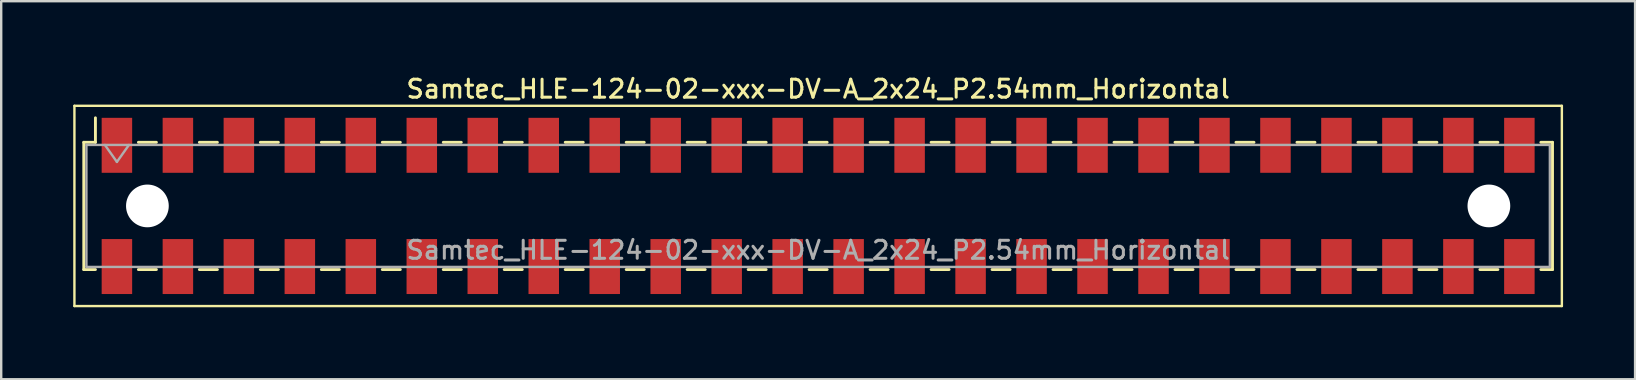
<source format=kicad_pcb>
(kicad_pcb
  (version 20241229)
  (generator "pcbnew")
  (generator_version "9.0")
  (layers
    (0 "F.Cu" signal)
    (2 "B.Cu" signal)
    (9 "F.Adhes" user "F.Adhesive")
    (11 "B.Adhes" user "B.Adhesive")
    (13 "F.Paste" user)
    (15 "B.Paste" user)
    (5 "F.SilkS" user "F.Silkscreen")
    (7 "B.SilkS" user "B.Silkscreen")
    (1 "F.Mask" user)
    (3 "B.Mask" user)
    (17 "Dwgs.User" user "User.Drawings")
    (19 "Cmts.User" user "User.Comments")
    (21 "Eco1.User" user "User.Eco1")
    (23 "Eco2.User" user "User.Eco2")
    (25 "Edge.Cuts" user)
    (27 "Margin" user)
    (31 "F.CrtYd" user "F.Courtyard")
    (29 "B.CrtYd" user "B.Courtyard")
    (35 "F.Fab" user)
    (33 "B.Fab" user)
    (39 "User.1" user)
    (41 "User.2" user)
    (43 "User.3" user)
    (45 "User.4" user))
  (footprint "Samtec_HLE-124-02-xxx-DV-A_2x24_P2.54mm_Horizontal"
    (layer "F.Cu")
    (at 31.03 5.528)
    (property "Reference" "Samtec_HLE-124-02-xxx-DV-A_2x24_P2.54mm_Horizontal" (at 0 -4.87 0) (layer "F.SilkS") (effects (font (size 0.75 0.75) (thickness 0.125))))
    (attr smd)
    (fp_line (start -30.98 -4.17) (end 30.98 -4.17) (stroke (width 0.1) (type solid)) (layer "F.SilkS"))
    (fp_line (start -30.98 4.17) (end -30.98 -4.17) (stroke (width 0.1) (type solid)) (layer "F.SilkS"))
    (fp_line (start -30.59 -2.65) (end -30.59 2.65) (stroke (width 0.12) (type solid)) (layer "F.SilkS"))
    (fp_line (start -30.59 2.65) (end -30.105 2.65) (stroke (width 0.12) (type solid)) (layer "F.SilkS"))
    (fp_line (start -30.105 -3.67) (end -30.105 -2.65) (stroke (width 0.12) (type solid)) (layer "F.SilkS"))
    (fp_line (start -30.105 -2.65) (end -30.59 -2.65) (stroke (width 0.12) (type solid)) (layer "F.SilkS"))
    (fp_line (start -28.315 -2.65) (end -27.565 -2.65) (stroke (width 0.12) (type solid)) (layer "F.SilkS"))
    (fp_line (start -28.315 2.65) (end -27.565 2.65) (stroke (width 0.12) (type solid)) (layer "F.SilkS"))
    (fp_line (start -25.775 -2.65) (end -25.025 -2.65) (stroke (width 0.12) (type solid)) (layer "F.SilkS"))
    (fp_line (start -25.775 2.65) (end -25.025 2.65) (stroke (width 0.12) (type solid)) (layer "F.SilkS"))
    (fp_line (start -23.235 -2.65) (end -22.485 -2.65) (stroke (width 0.12) (type solid)) (layer "F.SilkS"))
    (fp_line (start -23.235 2.65) (end -22.485 2.65) (stroke (width 0.12) (type solid)) (layer "F.SilkS"))
    (fp_line (start -20.695 -2.65) (end -19.945 -2.65) (stroke (width 0.12) (type solid)) (layer "F.SilkS"))
    (fp_line (start -20.695 2.65) (end -19.945 2.65) (stroke (width 0.12) (type solid)) (layer "F.SilkS"))
    (fp_line (start -18.155 -2.65) (end -17.405 -2.65) (stroke (width 0.12) (type solid)) (layer "F.SilkS"))
    (fp_line (start -18.155 2.65) (end -17.405 2.65) (stroke (width 0.12) (type solid)) (layer "F.SilkS"))
    (fp_line (start -15.615 -2.65) (end -14.865 -2.65) (stroke (width 0.12) (type solid)) (layer "F.SilkS"))
    (fp_line (start -15.615 2.65) (end -14.865 2.65) (stroke (width 0.12) (type solid)) (layer "F.SilkS"))
    (fp_line (start -13.075 -2.65) (end -12.325 -2.65) (stroke (width 0.12) (type solid)) (layer "F.SilkS"))
    (fp_line (start -13.075 2.65) (end -12.325 2.65) (stroke (width 0.12) (type solid)) (layer "F.SilkS"))
    (fp_line (start -10.535 -2.65) (end -9.785 -2.65) (stroke (width 0.12) (type solid)) (layer "F.SilkS"))
    (fp_line (start -10.535 2.65) (end -9.785 2.65) (stroke (width 0.12) (type solid)) (layer "F.SilkS"))
    (fp_line (start -7.995 -2.65) (end -7.245 -2.65) (stroke (width 0.12) (type solid)) (layer "F.SilkS"))
    (fp_line (start -7.995 2.65) (end -7.245 2.65) (stroke (width 0.12) (type solid)) (layer "F.SilkS"))
    (fp_line (start -5.455 -2.65) (end -4.705 -2.65) (stroke (width 0.12) (type solid)) (layer "F.SilkS"))
    (fp_line (start -5.455 2.65) (end -4.705 2.65) (stroke (width 0.12) (type solid)) (layer "F.SilkS"))
    (fp_line (start -2.915 -2.65) (end -2.165 -2.65) (stroke (width 0.12) (type solid)) (layer "F.SilkS"))
    (fp_line (start -2.915 2.65) (end -2.165 2.65) (stroke (width 0.12) (type solid)) (layer "F.SilkS"))
    (fp_line (start -0.375 -2.65) (end 0.375 -2.65) (stroke (width 0.12) (type solid)) (layer "F.SilkS"))
    (fp_line (start -0.375 2.65) (end 0.375 2.65) (stroke (width 0.12) (type solid)) (layer "F.SilkS"))
    (fp_line (start 2.165 -2.65) (end 2.915 -2.65) (stroke (width 0.12) (type solid)) (layer "F.SilkS"))
    (fp_line (start 2.165 2.65) (end 2.915 2.65) (stroke (width 0.12) (type solid)) (layer "F.SilkS"))
    (fp_line (start 4.705 -2.65) (end 5.455 -2.65) (stroke (width 0.12) (type solid)) (layer "F.SilkS"))
    (fp_line (start 4.705 2.65) (end 5.455 2.65) (stroke (width 0.12) (type solid)) (layer "F.SilkS"))
    (fp_line (start 7.245 -2.65) (end 7.995 -2.65) (stroke (width 0.12) (type solid)) (layer "F.SilkS"))
    (fp_line (start 7.245 2.65) (end 7.995 2.65) (stroke (width 0.12) (type solid)) (layer "F.SilkS"))
    (fp_line (start 9.785 -2.65) (end 10.535 -2.65) (stroke (width 0.12) (type solid)) (layer "F.SilkS"))
    (fp_line (start 9.785 2.65) (end 10.535 2.65) (stroke (width 0.12) (type solid)) (layer "F.SilkS"))
    (fp_line (start 12.325 -2.65) (end 13.075 -2.65) (stroke (width 0.12) (type solid)) (layer "F.SilkS"))
    (fp_line (start 12.325 2.65) (end 13.075 2.65) (stroke (width 0.12) (type solid)) (layer "F.SilkS"))
    (fp_line (start 14.865 -2.65) (end 15.615 -2.65) (stroke (width 0.12) (type solid)) (layer "F.SilkS"))
    (fp_line (start 14.865 2.65) (end 15.615 2.65) (stroke (width 0.12) (type solid)) (layer "F.SilkS"))
    (fp_line (start 17.405 -2.65) (end 18.155 -2.65) (stroke (width 0.12) (type solid)) (layer "F.SilkS"))
    (fp_line (start 17.405 2.65) (end 18.155 2.65) (stroke (width 0.12) (type solid)) (layer "F.SilkS"))
    (fp_line (start 19.945 -2.65) (end 20.695 -2.65) (stroke (width 0.12) (type solid)) (layer "F.SilkS"))
    (fp_line (start 19.945 2.65) (end 20.695 2.65) (stroke (width 0.12) (type solid)) (layer "F.SilkS"))
    (fp_line (start 22.485 -2.65) (end 23.235 -2.65) (stroke (width 0.12) (type solid)) (layer "F.SilkS"))
    (fp_line (start 22.485 2.65) (end 23.235 2.65) (stroke (width 0.12) (type solid)) (layer "F.SilkS"))
    (fp_line (start 25.025 -2.65) (end 25.775 -2.65) (stroke (width 0.12) (type solid)) (layer "F.SilkS"))
    (fp_line (start 25.025 2.65) (end 25.775 2.65) (stroke (width 0.12) (type solid)) (layer "F.SilkS"))
    (fp_line (start 27.565 -2.65) (end 28.315 -2.65) (stroke (width 0.12) (type solid)) (layer "F.SilkS"))
    (fp_line (start 27.565 2.65) (end 28.315 2.65) (stroke (width 0.12) (type solid)) (layer "F.SilkS"))
    (fp_line (start 30.105 -2.65) (end 30.59 -2.65) (stroke (width 0.12) (type solid)) (layer "F.SilkS"))
    (fp_line (start 30.59 -2.65) (end 30.59 2.65) (stroke (width 0.12) (type solid)) (layer "F.SilkS"))
    (fp_line (start 30.59 2.65) (end 30.105 2.65) (stroke (width 0.12) (type solid)) (layer "F.SilkS"))
    (fp_line (start 30.98 -4.17) (end 30.98 4.17) (stroke (width 0.1) (type solid)) (layer "F.SilkS"))
    (fp_line (start 30.98 4.17) (end -30.98 4.17) (stroke (width 0.1) (type solid)) (layer "F.SilkS"))
    (fp_line (start -30.48 -2.54) (end 30.48 -2.54) (stroke (width 0.1) (type solid)) (layer "F.Fab"))
    (fp_line (start -30.48 2.54) (end -30.48 -2.54) (stroke (width 0.1) (type solid)) (layer "F.Fab"))
    (fp_line (start -29.71 -2.54) (end -29.21 -1.833) (stroke (width 0.1) (type solid)) (layer "F.Fab"))
    (fp_line (start -29.21 -1.833) (end -28.71 -2.54) (stroke (width 0.1) (type solid)) (layer "F.Fab"))
    (fp_line (start 30.48 -2.54) (end 30.48 2.54) (stroke (width 0.1) (type solid)) (layer "F.Fab"))
    (fp_line (start 30.48 2.54) (end -30.48 2.54) (stroke (width 0.1) (type solid)) (layer "F.Fab"))
    (fp_text user "${REFERENCE}" (at 0 1.84 0) (layer "F.Fab") (effects (font (size 0.75 0.75) (thickness 0.125))))
    (pad "" np_thru_hole circle (at -27.94 0) (size 1.78 1.78) (drill 1.78) (layers "*.Cu" "*.Mask"))
    (pad "" np_thru_hole circle (at 27.94 0) (size 1.78 1.78) (drill 1.78) (layers "*.Cu" "*.Mask"))
    (pad "1" smd rect (at -29.21 -2.525) (size 1.27 2.29) (layers "F.Cu" "F.Mask" "F.Paste"))
    (pad "2" smd rect (at -29.21 2.525) (size 1.27 2.29) (layers "F.Cu" "F.Mask" "F.Paste"))
    (pad "3" smd rect (at -26.67 -2.525) (size 1.27 2.29) (layers "F.Cu" "F.Mask" "F.Paste"))
    (pad "4" smd rect (at -26.67 2.525) (size 1.27 2.29) (layers "F.Cu" "F.Mask" "F.Paste"))
    (pad "5" smd rect (at -24.13 -2.525) (size 1.27 2.29) (layers "F.Cu" "F.Mask" "F.Paste"))
    (pad "6" smd rect (at -24.13 2.525) (size 1.27 2.29) (layers "F.Cu" "F.Mask" "F.Paste"))
    (pad "7" smd rect (at -21.59 -2.525) (size 1.27 2.29) (layers "F.Cu" "F.Mask" "F.Paste"))
    (pad "8" smd rect (at -21.59 2.525) (size 1.27 2.29) (layers "F.Cu" "F.Mask" "F.Paste"))
    (pad "9" smd rect (at -19.05 -2.525) (size 1.27 2.29) (layers "F.Cu" "F.Mask" "F.Paste"))
    (pad "10" smd rect (at -19.05 2.525) (size 1.27 2.29) (layers "F.Cu" "F.Mask" "F.Paste"))
    (pad "11" smd rect (at -16.51 -2.525) (size 1.27 2.29) (layers "F.Cu" "F.Mask" "F.Paste"))
    (pad "12" smd rect (at -16.51 2.525) (size 1.27 2.29) (layers "F.Cu" "F.Mask" "F.Paste"))
    (pad "13" smd rect (at -13.97 -2.525) (size 1.27 2.29) (layers "F.Cu" "F.Mask" "F.Paste"))
    (pad "14" smd rect (at -13.97 2.525) (size 1.27 2.29) (layers "F.Cu" "F.Mask" "F.Paste"))
    (pad "15" smd rect (at -11.43 -2.525) (size 1.27 2.29) (layers "F.Cu" "F.Mask" "F.Paste"))
    (pad "16" smd rect (at -11.43 2.525) (size 1.27 2.29) (layers "F.Cu" "F.Mask" "F.Paste"))
    (pad "17" smd rect (at -8.89 -2.525) (size 1.27 2.29) (layers "F.Cu" "F.Mask" "F.Paste"))
    (pad "18" smd rect (at -8.89 2.525) (size 1.27 2.29) (layers "F.Cu" "F.Mask" "F.Paste"))
    (pad "19" smd rect (at -6.35 -2.525) (size 1.27 2.29) (layers "F.Cu" "F.Mask" "F.Paste"))
    (pad "20" smd rect (at -6.35 2.525) (size 1.27 2.29) (layers "F.Cu" "F.Mask" "F.Paste"))
    (pad "21" smd rect (at -3.81 -2.525) (size 1.27 2.29) (layers "F.Cu" "F.Mask" "F.Paste"))
    (pad "22" smd rect (at -3.81 2.525) (size 1.27 2.29) (layers "F.Cu" "F.Mask" "F.Paste"))
    (pad "23" smd rect (at -1.27 -2.525) (size 1.27 2.29) (layers "F.Cu" "F.Mask" "F.Paste"))
    (pad "24" smd rect (at -1.27 2.525) (size 1.27 2.29) (layers "F.Cu" "F.Mask" "F.Paste"))
    (pad "25" smd rect (at 1.27 -2.525) (size 1.27 2.29) (layers "F.Cu" "F.Mask" "F.Paste"))
    (pad "26" smd rect (at 1.27 2.525) (size 1.27 2.29) (layers "F.Cu" "F.Mask" "F.Paste"))
    (pad "27" smd rect (at 3.81 -2.525) (size 1.27 2.29) (layers "F.Cu" "F.Mask" "F.Paste"))
    (pad "28" smd rect (at 3.81 2.525) (size 1.27 2.29) (layers "F.Cu" "F.Mask" "F.Paste"))
    (pad "29" smd rect (at 6.35 -2.525) (size 1.27 2.29) (layers "F.Cu" "F.Mask" "F.Paste"))
    (pad "30" smd rect (at 6.35 2.525) (size 1.27 2.29) (layers "F.Cu" "F.Mask" "F.Paste"))
    (pad "31" smd rect (at 8.89 -2.525) (size 1.27 2.29) (layers "F.Cu" "F.Mask" "F.Paste"))
    (pad "32" smd rect (at 8.89 2.525) (size 1.27 2.29) (layers "F.Cu" "F.Mask" "F.Paste"))
    (pad "33" smd rect (at 11.43 -2.525) (size 1.27 2.29) (layers "F.Cu" "F.Mask" "F.Paste"))
    (pad "34" smd rect (at 11.43 2.525) (size 1.27 2.29) (layers "F.Cu" "F.Mask" "F.Paste"))
    (pad "35" smd rect (at 13.97 -2.525) (size 1.27 2.29) (layers "F.Cu" "F.Mask" "F.Paste"))
    (pad "36" smd rect (at 13.97 2.525) (size 1.27 2.29) (layers "F.Cu" "F.Mask" "F.Paste"))
    (pad "37" smd rect (at 16.51 -2.525) (size 1.27 2.29) (layers "F.Cu" "F.Mask" "F.Paste"))
    (pad "38" smd rect (at 16.51 2.525) (size 1.27 2.29) (layers "F.Cu" "F.Mask" "F.Paste"))
    (pad "39" smd rect (at 19.05 -2.525) (size 1.27 2.29) (layers "F.Cu" "F.Mask" "F.Paste"))
    (pad "40" smd rect (at 19.05 2.525) (size 1.27 2.29) (layers "F.Cu" "F.Mask" "F.Paste"))
    (pad "41" smd rect (at 21.59 -2.525) (size 1.27 2.29) (layers "F.Cu" "F.Mask" "F.Paste"))
    (pad "42" smd rect (at 21.59 2.525) (size 1.27 2.29) (layers "F.Cu" "F.Mask" "F.Paste"))
    (pad "43" smd rect (at 24.13 -2.525) (size 1.27 2.29) (layers "F.Cu" "F.Mask" "F.Paste"))
    (pad "44" smd rect (at 24.13 2.525) (size 1.27 2.29) (layers "F.Cu" "F.Mask" "F.Paste"))
    (pad "45" smd rect (at 26.67 -2.525) (size 1.27 2.29) (layers "F.Cu" "F.Mask" "F.Paste"))
    (pad "46" smd rect (at 26.67 2.525) (size 1.27 2.29) (layers "F.Cu" "F.Mask" "F.Paste"))
    (pad "47" smd rect (at 29.21 -2.525) (size 1.27 2.29) (layers "F.Cu" "F.Mask" "F.Paste"))
    (pad "48" smd rect (at 29.21 2.525) (size 1.27 2.29) (layers "F.Cu" "F.Mask" "F.Paste")))
  (gr_rect
    (start -3 -3)
    (end 65.06 12.748)
    (stroke (width 0.1) (type default))
    (fill no)
    (layer "Edge.Cuts")))
</source>
